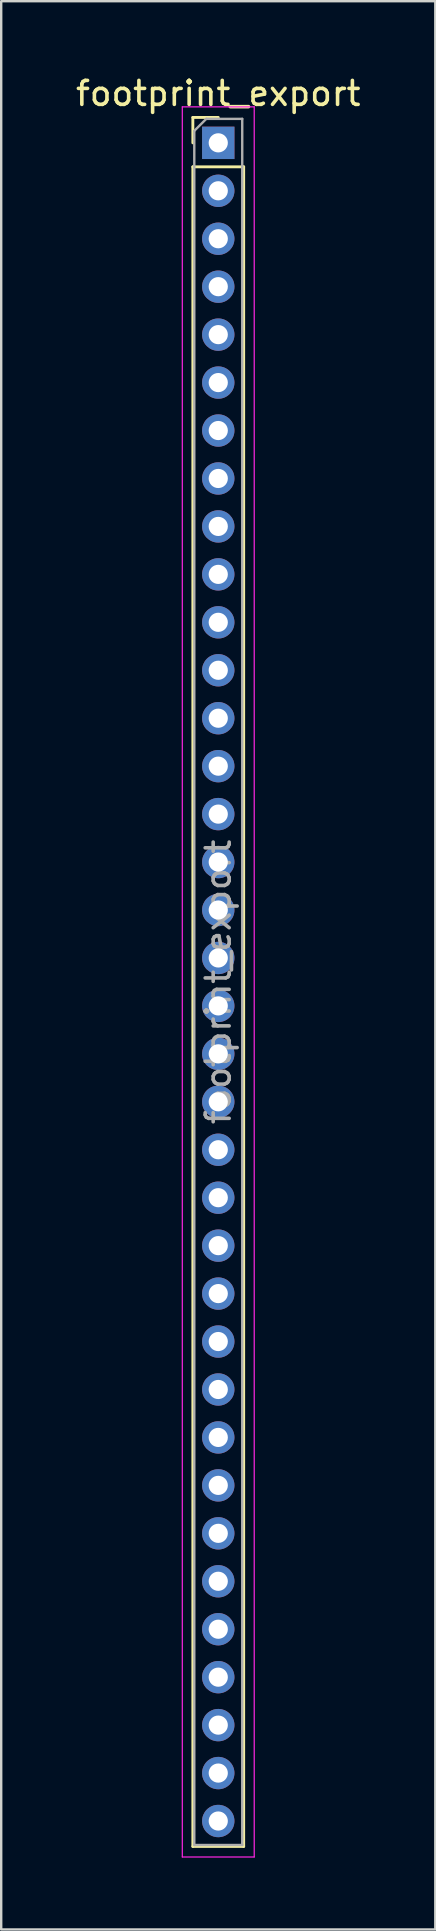
<source format=kicad_pcb>
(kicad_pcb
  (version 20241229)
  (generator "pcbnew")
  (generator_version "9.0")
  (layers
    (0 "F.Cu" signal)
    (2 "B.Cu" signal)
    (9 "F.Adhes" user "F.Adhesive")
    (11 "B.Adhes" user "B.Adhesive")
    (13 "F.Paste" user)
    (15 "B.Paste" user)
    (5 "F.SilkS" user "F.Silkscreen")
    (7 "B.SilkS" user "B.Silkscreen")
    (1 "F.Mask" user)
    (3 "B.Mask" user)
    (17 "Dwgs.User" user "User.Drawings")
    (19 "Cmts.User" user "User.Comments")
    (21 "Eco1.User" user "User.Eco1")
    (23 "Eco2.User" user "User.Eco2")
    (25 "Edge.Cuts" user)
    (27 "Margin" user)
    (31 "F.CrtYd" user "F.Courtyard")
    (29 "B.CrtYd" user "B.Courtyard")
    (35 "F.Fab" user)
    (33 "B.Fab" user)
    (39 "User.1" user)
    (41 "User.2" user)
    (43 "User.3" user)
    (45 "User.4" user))
  (footprint "footprint_export"
    (layer "F.Cu")
    (at 6.054 2.908)
    (property "Reference" "footprint_export" (at 0 -2.06 0) (layer "F.SilkS") (effects (font (size 1 1) (thickness 0.15))))
    (attr through_hole)
    (fp_line (start -1.06 -1.06) (end 0 -1.06) (stroke (width 0.12) (type solid)) (layer "F.SilkS"))
    (fp_line (start -1.06 0) (end -1.06 -1.06) (stroke (width 0.12) (type solid)) (layer "F.SilkS"))
    (fp_line (start -1.06 1) (end -1.06 71.06) (stroke (width 0.12) (type solid)) (layer "F.SilkS"))
    (fp_line (start -1.06 1) (end 1.06 1) (stroke (width 0.12) (type solid)) (layer "F.SilkS"))
    (fp_line (start -1.06 71.06) (end 1.06 71.06) (stroke (width 0.12) (type solid)) (layer "F.SilkS"))
    (fp_line (start 1.06 1) (end 1.06 71.06) (stroke (width 0.12) (type solid)) (layer "F.SilkS"))
    (fp_line (start -1.5 -1.5) (end -1.5 71.5) (stroke (width 0.05) (type solid)) (layer "F.CrtYd"))
    (fp_line (start -1.5 71.5) (end 1.5 71.5) (stroke (width 0.05) (type solid)) (layer "F.CrtYd"))
    (fp_line (start 1.5 -1.5) (end -1.5 -1.5) (stroke (width 0.05) (type solid)) (layer "F.CrtYd"))
    (fp_line (start 1.5 71.5) (end 1.5 -1.5) (stroke (width 0.05) (type solid)) (layer "F.CrtYd"))
    (fp_line (start -1 -0.5) (end -0.5 -1) (stroke (width 0.1) (type solid)) (layer "F.Fab"))
    (fp_line (start -1 71) (end -1 -0.5) (stroke (width 0.1) (type solid)) (layer "F.Fab"))
    (fp_line (start -0.5 -1) (end 1 -1) (stroke (width 0.1) (type solid)) (layer "F.Fab"))
    (fp_line (start 1 -1) (end 1 71) (stroke (width 0.1) (type solid)) (layer "F.Fab"))
    (fp_line (start 1 71) (end -1 71) (stroke (width 0.1) (type solid)) (layer "F.Fab"))
    (fp_text user "${REFERENCE}" (at 0 35 90) (layer "F.Fab") (effects (font (size 1 1) (thickness 0.15))))
    (pad "1" thru_hole rect (at 0 0) (size 1.35 1.35) (drill 0.8) (layers "*.Cu" "*.Mask"))
    (pad "2" thru_hole oval (at 0 2) (size 1.35 1.35) (drill 0.8) (layers "*.Cu" "*.Mask"))
    (pad "3" thru_hole oval (at 0 4) (size 1.35 1.35) (drill 0.8) (layers "*.Cu" "*.Mask"))
    (pad "4" thru_hole oval (at 0 6) (size 1.35 1.35) (drill 0.8) (layers "*.Cu" "*.Mask"))
    (pad "5" thru_hole oval (at 0 8) (size 1.35 1.35) (drill 0.8) (layers "*.Cu" "*.Mask"))
    (pad "6" thru_hole oval (at 0 10) (size 1.35 1.35) (drill 0.8) (layers "*.Cu" "*.Mask"))
    (pad "7" thru_hole oval (at 0 12) (size 1.35 1.35) (drill 0.8) (layers "*.Cu" "*.Mask"))
    (pad "8" thru_hole oval (at 0 14) (size 1.35 1.35) (drill 0.8) (layers "*.Cu" "*.Mask"))
    (pad "9" thru_hole oval (at 0 16) (size 1.35 1.35) (drill 0.8) (layers "*.Cu" "*.Mask"))
    (pad "10" thru_hole oval (at 0 18) (size 1.35 1.35) (drill 0.8) (layers "*.Cu" "*.Mask"))
    (pad "11" thru_hole oval (at 0 20) (size 1.35 1.35) (drill 0.8) (layers "*.Cu" "*.Mask"))
    (pad "12" thru_hole oval (at 0 22) (size 1.35 1.35) (drill 0.8) (layers "*.Cu" "*.Mask"))
    (pad "13" thru_hole oval (at 0 24) (size 1.35 1.35) (drill 0.8) (layers "*.Cu" "*.Mask"))
    (pad "14" thru_hole oval (at 0 26) (size 1.35 1.35) (drill 0.8) (layers "*.Cu" "*.Mask"))
    (pad "15" thru_hole oval (at 0 28) (size 1.35 1.35) (drill 0.8) (layers "*.Cu" "*.Mask"))
    (pad "16" thru_hole oval (at 0 30) (size 1.35 1.35) (drill 0.8) (layers "*.Cu" "*.Mask"))
    (pad "17" thru_hole oval (at 0 32) (size 1.35 1.35) (drill 0.8) (layers "*.Cu" "*.Mask"))
    (pad "18" thru_hole oval (at 0 34) (size 1.35 1.35) (drill 0.8) (layers "*.Cu" "*.Mask"))
    (pad "19" thru_hole oval (at 0 36) (size 1.35 1.35) (drill 0.8) (layers "*.Cu" "*.Mask"))
    (pad "20" thru_hole oval (at 0 38) (size 1.35 1.35) (drill 0.8) (layers "*.Cu" "*.Mask"))
    (pad "21" thru_hole oval (at 0 40) (size 1.35 1.35) (drill 0.8) (layers "*.Cu" "*.Mask"))
    (pad "22" thru_hole oval (at 0 42) (size 1.35 1.35) (drill 0.8) (layers "*.Cu" "*.Mask"))
    (pad "23" thru_hole oval (at 0 44) (size 1.35 1.35) (drill 0.8) (layers "*.Cu" "*.Mask"))
    (pad "24" thru_hole oval (at 0 46) (size 1.35 1.35) (drill 0.8) (layers "*.Cu" "*.Mask"))
    (pad "25" thru_hole oval (at 0 48) (size 1.35 1.35) (drill 0.8) (layers "*.Cu" "*.Mask"))
    (pad "26" thru_hole oval (at 0 50) (size 1.35 1.35) (drill 0.8) (layers "*.Cu" "*.Mask"))
    (pad "27" thru_hole oval (at 0 52) (size 1.35 1.35) (drill 0.8) (layers "*.Cu" "*.Mask"))
    (pad "28" thru_hole oval (at 0 54) (size 1.35 1.35) (drill 0.8) (layers "*.Cu" "*.Mask"))
    (pad "29" thru_hole oval (at 0 56) (size 1.35 1.35) (drill 0.8) (layers "*.Cu" "*.Mask"))
    (pad "30" thru_hole oval (at 0 58) (size 1.35 1.35) (drill 0.8) (layers "*.Cu" "*.Mask"))
    (pad "31" thru_hole oval (at 0 60) (size 1.35 1.35) (drill 0.8) (layers "*.Cu" "*.Mask"))
    (pad "32" thru_hole oval (at 0 62) (size 1.35 1.35) (drill 0.8) (layers "*.Cu" "*.Mask"))
    (pad "33" thru_hole oval (at 0 64) (size 1.35 1.35) (drill 0.8) (layers "*.Cu" "*.Mask"))
    (pad "34" thru_hole oval (at 0 66) (size 1.35 1.35) (drill 0.8) (layers "*.Cu" "*.Mask"))
    (pad "35" thru_hole oval (at 0 68) (size 1.35 1.35) (drill 0.8) (layers "*.Cu" "*.Mask"))
    (pad "36" thru_hole oval (at 0 70) (size 1.35 1.35) (drill 0.8) (layers "*.Cu" "*.Mask")))
  (gr_rect
    (start -3 -3)
    (end 15.107 77.433)
    (stroke (width 0.1) (type default))
    (fill no)
    (layer "Edge.Cuts")))
</source>
